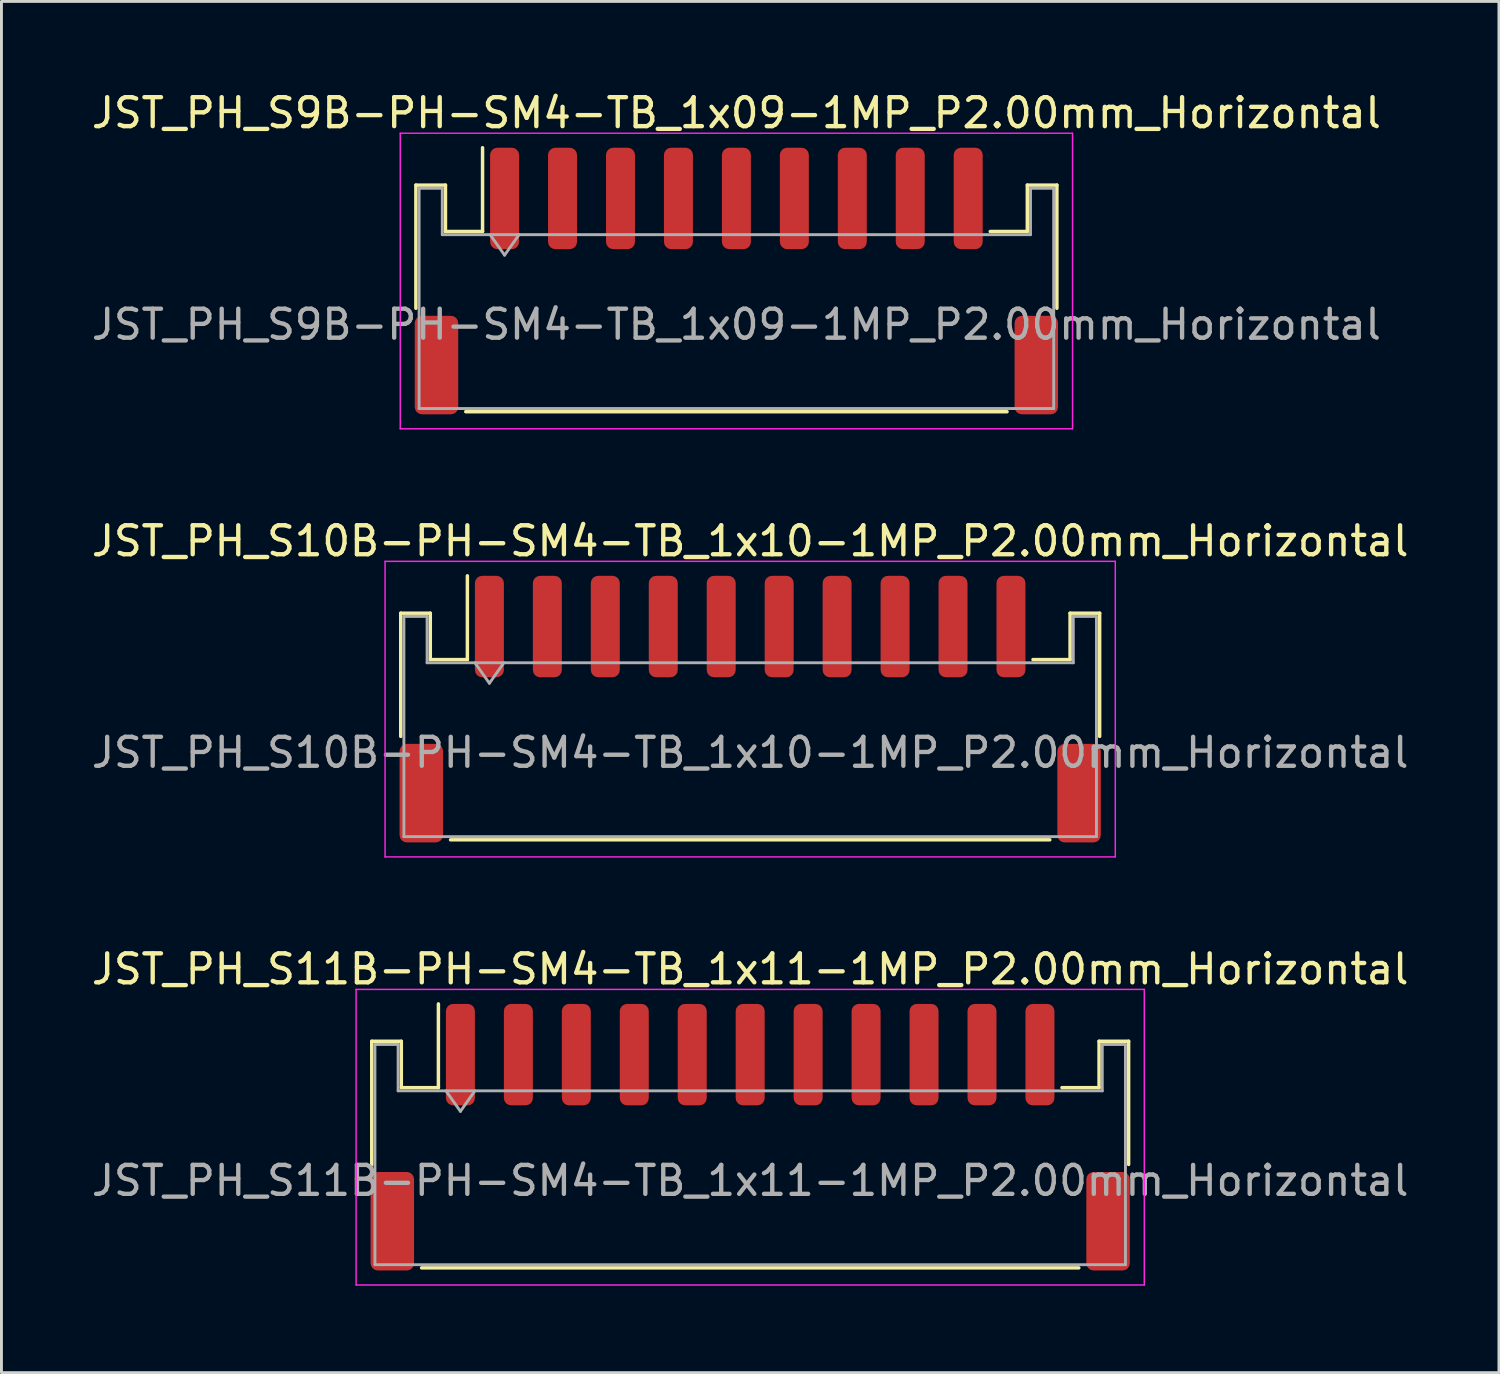
<source format=kicad_pcb>
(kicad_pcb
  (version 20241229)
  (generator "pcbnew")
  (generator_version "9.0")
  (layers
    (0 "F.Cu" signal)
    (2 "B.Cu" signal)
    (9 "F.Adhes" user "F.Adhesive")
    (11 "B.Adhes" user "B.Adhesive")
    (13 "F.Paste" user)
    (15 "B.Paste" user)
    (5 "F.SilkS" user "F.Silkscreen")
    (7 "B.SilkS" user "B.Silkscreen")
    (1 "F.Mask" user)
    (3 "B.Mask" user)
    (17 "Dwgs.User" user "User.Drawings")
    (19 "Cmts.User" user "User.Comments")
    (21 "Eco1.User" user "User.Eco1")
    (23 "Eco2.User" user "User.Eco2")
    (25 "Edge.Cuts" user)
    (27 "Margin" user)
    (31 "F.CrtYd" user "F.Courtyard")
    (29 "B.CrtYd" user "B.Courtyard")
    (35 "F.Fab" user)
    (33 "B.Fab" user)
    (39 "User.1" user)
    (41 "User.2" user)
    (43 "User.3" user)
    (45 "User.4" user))
  (footprint "JST_PH_S10B-PH-SM4-TB_1x10-1MP_P2.00mm_Horizontal"
    (layer "F.Cu")
    (at 22.839 21.422)
    (property "Reference" "JST_PH_S10B-PH-SM4-TB_1x10-1MP_P2.00mm_Horizontal" (at 0 -5.8 0) (layer "F.SilkS") (effects (font (size 1 1) (thickness 0.15))))
    (attr smd)
    (fp_line (start -12.06 -3.31) (end -11.04 -3.31) (stroke (width 0.12) (type solid)) (layer "F.SilkS"))
    (fp_line (start -12.06 0.94) (end -12.06 -3.31) (stroke (width 0.12) (type solid)) (layer "F.SilkS"))
    (fp_line (start -11.04 -3.31) (end -11.04 -1.71) (stroke (width 0.12) (type solid)) (layer "F.SilkS"))
    (fp_line (start -11.04 -1.71) (end -9.76 -1.71) (stroke (width 0.12) (type solid)) (layer "F.SilkS"))
    (fp_line (start -10.34 4.51) (end 10.34 4.51) (stroke (width 0.12) (type solid)) (layer "F.SilkS"))
    (fp_line (start -9.76 -1.71) (end -9.76 -4.6) (stroke (width 0.12) (type solid)) (layer "F.SilkS"))
    (fp_line (start 11.04 -3.31) (end 11.04 -1.71) (stroke (width 0.12) (type solid)) (layer "F.SilkS"))
    (fp_line (start 11.04 -1.71) (end 9.76 -1.71) (stroke (width 0.12) (type solid)) (layer "F.SilkS"))
    (fp_line (start 12.06 -3.31) (end 11.04 -3.31) (stroke (width 0.12) (type solid)) (layer "F.SilkS"))
    (fp_line (start 12.06 0.94) (end 12.06 -3.31) (stroke (width 0.12) (type solid)) (layer "F.SilkS"))
    (fp_line (start -12.6 -5.1) (end -12.6 5.1) (stroke (width 0.05) (type solid)) (layer "F.CrtYd"))
    (fp_line (start -12.6 5.1) (end 12.6 5.1) (stroke (width 0.05) (type solid)) (layer "F.CrtYd"))
    (fp_line (start 12.6 -5.1) (end -12.6 -5.1) (stroke (width 0.05) (type solid)) (layer "F.CrtYd"))
    (fp_line (start 12.6 5.1) (end 12.6 -5.1) (stroke (width 0.05) (type solid)) (layer "F.CrtYd"))
    (fp_line (start -11.95 -3.2) (end -11.95 4.4) (stroke (width 0.1) (type solid)) (layer "F.Fab"))
    (fp_line (start -11.95 -3.2) (end -11.15 -3.2) (stroke (width 0.1) (type solid)) (layer "F.Fab"))
    (fp_line (start -11.95 4.4) (end 11.95 4.4) (stroke (width 0.1) (type solid)) (layer "F.Fab"))
    (fp_line (start -11.15 -3.2) (end -11.15 -1.6) (stroke (width 0.1) (type solid)) (layer "F.Fab"))
    (fp_line (start -11.15 -1.6) (end 11.15 -1.6) (stroke (width 0.1) (type solid)) (layer "F.Fab"))
    (fp_line (start -9.5 -1.6) (end -9 -0.893) (stroke (width 0.1) (type solid)) (layer "F.Fab"))
    (fp_line (start -9 -0.893) (end -8.5 -1.6) (stroke (width 0.1) (type solid)) (layer "F.Fab"))
    (fp_line (start 11.15 -3.2) (end 11.95 -3.2) (stroke (width 0.1) (type solid)) (layer "F.Fab"))
    (fp_line (start 11.15 -1.6) (end 11.15 -3.2) (stroke (width 0.1) (type solid)) (layer "F.Fab"))
    (fp_line (start 11.95 -3.2) (end 11.95 4.4) (stroke (width 0.1) (type solid)) (layer "F.Fab"))
    (fp_text user "${REFERENCE}" (at 0 1.5 0) (layer "F.Fab") (effects (font (size 1 1) (thickness 0.15))))
    (pad "1" smd roundrect (at -9 -2.85) (size 1 3.5) (layers "F.Cu" "F.Mask" "F.Paste") (roundrect_rratio 0.25))
    (pad "2" smd roundrect (at -7 -2.85) (size 1 3.5) (layers "F.Cu" "F.Mask" "F.Paste") (roundrect_rratio 0.25))
    (pad "3" smd roundrect (at -5 -2.85) (size 1 3.5) (layers "F.Cu" "F.Mask" "F.Paste") (roundrect_rratio 0.25))
    (pad "4" smd roundrect (at -3 -2.85) (size 1 3.5) (layers "F.Cu" "F.Mask" "F.Paste") (roundrect_rratio 0.25))
    (pad "5" smd roundrect (at -1 -2.85) (size 1 3.5) (layers "F.Cu" "F.Mask" "F.Paste") (roundrect_rratio 0.25))
    (pad "6" smd roundrect (at 1 -2.85) (size 1 3.5) (layers "F.Cu" "F.Mask" "F.Paste") (roundrect_rratio 0.25))
    (pad "7" smd roundrect (at 3 -2.85) (size 1 3.5) (layers "F.Cu" "F.Mask" "F.Paste") (roundrect_rratio 0.25))
    (pad "8" smd roundrect (at 5 -2.85) (size 1 3.5) (layers "F.Cu" "F.Mask" "F.Paste") (roundrect_rratio 0.25))
    (pad "9" smd roundrect (at 7 -2.85) (size 1 3.5) (layers "F.Cu" "F.Mask" "F.Paste") (roundrect_rratio 0.25))
    (pad "10" smd roundrect (at 9 -2.85) (size 1 3.5) (layers "F.Cu" "F.Mask" "F.Paste") (roundrect_rratio 0.25))
    (pad "MP" smd roundrect (at -11.35 2.9) (size 1.5 3.4) (layers "F.Cu" "F.Mask" "F.Paste") (roundrect_rratio 0.167))
    (pad "MP" smd roundrect (at 11.35 2.9) (size 1.5 3.4) (layers "F.Cu" "F.Mask" "F.Paste") (roundrect_rratio 0.167)))
  (footprint "JST_PH_S11B-PH-SM4-TB_1x11-1MP_P2.00mm_Horizontal"
    (layer "F.Cu")
    (at 22.839 36.195)
    (property "Reference" "JST_PH_S11B-PH-SM4-TB_1x11-1MP_P2.00mm_Horizontal" (at 0 -5.8 0) (layer "F.SilkS") (effects (font (size 1 1) (thickness 0.15))))
    (attr smd)
    (fp_line (start -13.06 -3.31) (end -12.04 -3.31) (stroke (width 0.12) (type solid)) (layer "F.SilkS"))
    (fp_line (start -13.06 0.94) (end -13.06 -3.31) (stroke (width 0.12) (type solid)) (layer "F.SilkS"))
    (fp_line (start -12.04 -3.31) (end -12.04 -1.71) (stroke (width 0.12) (type solid)) (layer "F.SilkS"))
    (fp_line (start -12.04 -1.71) (end -10.76 -1.71) (stroke (width 0.12) (type solid)) (layer "F.SilkS"))
    (fp_line (start -11.34 4.51) (end 11.34 4.51) (stroke (width 0.12) (type solid)) (layer "F.SilkS"))
    (fp_line (start -10.76 -1.71) (end -10.76 -4.6) (stroke (width 0.12) (type solid)) (layer "F.SilkS"))
    (fp_line (start 12.04 -3.31) (end 12.04 -1.71) (stroke (width 0.12) (type solid)) (layer "F.SilkS"))
    (fp_line (start 12.04 -1.71) (end 10.76 -1.71) (stroke (width 0.12) (type solid)) (layer "F.SilkS"))
    (fp_line (start 13.06 -3.31) (end 12.04 -3.31) (stroke (width 0.12) (type solid)) (layer "F.SilkS"))
    (fp_line (start 13.06 0.94) (end 13.06 -3.31) (stroke (width 0.12) (type solid)) (layer "F.SilkS"))
    (fp_line (start -13.6 -5.1) (end -13.6 5.1) (stroke (width 0.05) (type solid)) (layer "F.CrtYd"))
    (fp_line (start -13.6 5.1) (end 13.6 5.1) (stroke (width 0.05) (type solid)) (layer "F.CrtYd"))
    (fp_line (start 13.6 -5.1) (end -13.6 -5.1) (stroke (width 0.05) (type solid)) (layer "F.CrtYd"))
    (fp_line (start 13.6 5.1) (end 13.6 -5.1) (stroke (width 0.05) (type solid)) (layer "F.CrtYd"))
    (fp_line (start -12.95 -3.2) (end -12.95 4.4) (stroke (width 0.1) (type solid)) (layer "F.Fab"))
    (fp_line (start -12.95 -3.2) (end -12.15 -3.2) (stroke (width 0.1) (type solid)) (layer "F.Fab"))
    (fp_line (start -12.95 4.4) (end 12.95 4.4) (stroke (width 0.1) (type solid)) (layer "F.Fab"))
    (fp_line (start -12.15 -3.2) (end -12.15 -1.6) (stroke (width 0.1) (type solid)) (layer "F.Fab"))
    (fp_line (start -12.15 -1.6) (end 12.15 -1.6) (stroke (width 0.1) (type solid)) (layer "F.Fab"))
    (fp_line (start -10.5 -1.6) (end -10 -0.893) (stroke (width 0.1) (type solid)) (layer "F.Fab"))
    (fp_line (start -10 -0.893) (end -9.5 -1.6) (stroke (width 0.1) (type solid)) (layer "F.Fab"))
    (fp_line (start 12.15 -3.2) (end 12.95 -3.2) (stroke (width 0.1) (type solid)) (layer "F.Fab"))
    (fp_line (start 12.15 -1.6) (end 12.15 -3.2) (stroke (width 0.1) (type solid)) (layer "F.Fab"))
    (fp_line (start 12.95 -3.2) (end 12.95 4.4) (stroke (width 0.1) (type solid)) (layer "F.Fab"))
    (fp_text user "${REFERENCE}" (at 0 1.5 0) (layer "F.Fab") (effects (font (size 1 1) (thickness 0.15))))
    (pad "1" smd roundrect (at -10 -2.85) (size 1 3.5) (layers "F.Cu" "F.Mask" "F.Paste") (roundrect_rratio 0.25))
    (pad "2" smd roundrect (at -8 -2.85) (size 1 3.5) (layers "F.Cu" "F.Mask" "F.Paste") (roundrect_rratio 0.25))
    (pad "3" smd roundrect (at -6 -2.85) (size 1 3.5) (layers "F.Cu" "F.Mask" "F.Paste") (roundrect_rratio 0.25))
    (pad "4" smd roundrect (at -4 -2.85) (size 1 3.5) (layers "F.Cu" "F.Mask" "F.Paste") (roundrect_rratio 0.25))
    (pad "5" smd roundrect (at -2 -2.85) (size 1 3.5) (layers "F.Cu" "F.Mask" "F.Paste") (roundrect_rratio 0.25))
    (pad "6" smd roundrect (at 0 -2.85) (size 1 3.5) (layers "F.Cu" "F.Mask" "F.Paste") (roundrect_rratio 0.25))
    (pad "7" smd roundrect (at 2 -2.85) (size 1 3.5) (layers "F.Cu" "F.Mask" "F.Paste") (roundrect_rratio 0.25))
    (pad "8" smd roundrect (at 4 -2.85) (size 1 3.5) (layers "F.Cu" "F.Mask" "F.Paste") (roundrect_rratio 0.25))
    (pad "9" smd roundrect (at 6 -2.85) (size 1 3.5) (layers "F.Cu" "F.Mask" "F.Paste") (roundrect_rratio 0.25))
    (pad "10" smd roundrect (at 8 -2.85) (size 1 3.5) (layers "F.Cu" "F.Mask" "F.Paste") (roundrect_rratio 0.25))
    (pad "11" smd roundrect (at 10 -2.85) (size 1 3.5) (layers "F.Cu" "F.Mask" "F.Paste") (roundrect_rratio 0.25))
    (pad "MP" smd roundrect (at -12.35 2.9) (size 1.5 3.4) (layers "F.Cu" "F.Mask" "F.Paste") (roundrect_rratio 0.167))
    (pad "MP" smd roundrect (at 12.35 2.9) (size 1.5 3.4) (layers "F.Cu" "F.Mask" "F.Paste") (roundrect_rratio 0.167)))
  (footprint "JST_PH_S9B-PH-SM4-TB_1x09-1MP_P2.00mm_Horizontal"
    (layer "F.Cu")
    (at 22.363 6.648)
    (property "Reference" "JST_PH_S9B-PH-SM4-TB_1x09-1MP_P2.00mm_Horizontal" (at 0 -5.8 0) (layer "F.SilkS") (effects (font (size 1 1) (thickness 0.15))))
    (attr smd)
    (fp_line (start -11.06 -3.31) (end -10.04 -3.31) (stroke (width 0.12) (type solid)) (layer "F.SilkS"))
    (fp_line (start -11.06 0.94) (end -11.06 -3.31) (stroke (width 0.12) (type solid)) (layer "F.SilkS"))
    (fp_line (start -10.04 -3.31) (end -10.04 -1.71) (stroke (width 0.12) (type solid)) (layer "F.SilkS"))
    (fp_line (start -10.04 -1.71) (end -8.76 -1.71) (stroke (width 0.12) (type solid)) (layer "F.SilkS"))
    (fp_line (start -9.34 4.51) (end 9.34 4.51) (stroke (width 0.12) (type solid)) (layer "F.SilkS"))
    (fp_line (start -8.76 -1.71) (end -8.76 -4.6) (stroke (width 0.12) (type solid)) (layer "F.SilkS"))
    (fp_line (start 10.04 -3.31) (end 10.04 -1.71) (stroke (width 0.12) (type solid)) (layer "F.SilkS"))
    (fp_line (start 10.04 -1.71) (end 8.76 -1.71) (stroke (width 0.12) (type solid)) (layer "F.SilkS"))
    (fp_line (start 11.06 -3.31) (end 10.04 -3.31) (stroke (width 0.12) (type solid)) (layer "F.SilkS"))
    (fp_line (start 11.06 0.94) (end 11.06 -3.31) (stroke (width 0.12) (type solid)) (layer "F.SilkS"))
    (fp_line (start -11.6 -5.1) (end -11.6 5.1) (stroke (width 0.05) (type solid)) (layer "F.CrtYd"))
    (fp_line (start -11.6 5.1) (end 11.6 5.1) (stroke (width 0.05) (type solid)) (layer "F.CrtYd"))
    (fp_line (start 11.6 -5.1) (end -11.6 -5.1) (stroke (width 0.05) (type solid)) (layer "F.CrtYd"))
    (fp_line (start 11.6 5.1) (end 11.6 -5.1) (stroke (width 0.05) (type solid)) (layer "F.CrtYd"))
    (fp_line (start -10.95 -3.2) (end -10.95 4.4) (stroke (width 0.1) (type solid)) (layer "F.Fab"))
    (fp_line (start -10.95 -3.2) (end -10.15 -3.2) (stroke (width 0.1) (type solid)) (layer "F.Fab"))
    (fp_line (start -10.95 4.4) (end 10.95 4.4) (stroke (width 0.1) (type solid)) (layer "F.Fab"))
    (fp_line (start -10.15 -3.2) (end -10.15 -1.6) (stroke (width 0.1) (type solid)) (layer "F.Fab"))
    (fp_line (start -10.15 -1.6) (end 10.15 -1.6) (stroke (width 0.1) (type solid)) (layer "F.Fab"))
    (fp_line (start -8.5 -1.6) (end -8 -0.893) (stroke (width 0.1) (type solid)) (layer "F.Fab"))
    (fp_line (start -8 -0.893) (end -7.5 -1.6) (stroke (width 0.1) (type solid)) (layer "F.Fab"))
    (fp_line (start 10.15 -3.2) (end 10.95 -3.2) (stroke (width 0.1) (type solid)) (layer "F.Fab"))
    (fp_line (start 10.15 -1.6) (end 10.15 -3.2) (stroke (width 0.1) (type solid)) (layer "F.Fab"))
    (fp_line (start 10.95 -3.2) (end 10.95 4.4) (stroke (width 0.1) (type solid)) (layer "F.Fab"))
    (fp_text user "${REFERENCE}" (at 0 1.5 0) (layer "F.Fab") (effects (font (size 1 1) (thickness 0.15))))
    (pad "1" smd roundrect (at -8 -2.85) (size 1 3.5) (layers "F.Cu" "F.Mask" "F.Paste") (roundrect_rratio 0.25))
    (pad "2" smd roundrect (at -6 -2.85) (size 1 3.5) (layers "F.Cu" "F.Mask" "F.Paste") (roundrect_rratio 0.25))
    (pad "3" smd roundrect (at -4 -2.85) (size 1 3.5) (layers "F.Cu" "F.Mask" "F.Paste") (roundrect_rratio 0.25))
    (pad "4" smd roundrect (at -2 -2.85) (size 1 3.5) (layers "F.Cu" "F.Mask" "F.Paste") (roundrect_rratio 0.25))
    (pad "5" smd roundrect (at 0 -2.85) (size 1 3.5) (layers "F.Cu" "F.Mask" "F.Paste") (roundrect_rratio 0.25))
    (pad "6" smd roundrect (at 2 -2.85) (size 1 3.5) (layers "F.Cu" "F.Mask" "F.Paste") (roundrect_rratio 0.25))
    (pad "7" smd roundrect (at 4 -2.85) (size 1 3.5) (layers "F.Cu" "F.Mask" "F.Paste") (roundrect_rratio 0.25))
    (pad "8" smd roundrect (at 6 -2.85) (size 1 3.5) (layers "F.Cu" "F.Mask" "F.Paste") (roundrect_rratio 0.25))
    (pad "9" smd roundrect (at 8 -2.85) (size 1 3.5) (layers "F.Cu" "F.Mask" "F.Paste") (roundrect_rratio 0.25))
    (pad "MP" smd roundrect (at -10.35 2.9) (size 1.5 3.4) (layers "F.Cu" "F.Mask" "F.Paste") (roundrect_rratio 0.167))
    (pad "MP" smd roundrect (at 10.35 2.9) (size 1.5 3.4) (layers "F.Cu" "F.Mask" "F.Paste") (roundrect_rratio 0.167)))
  (gr_rect
    (start -3 -3)
    (end 48.679 44.32)
    (stroke (width 0.1) (type default))
    (fill no)
    (layer "Edge.Cuts")))
</source>
